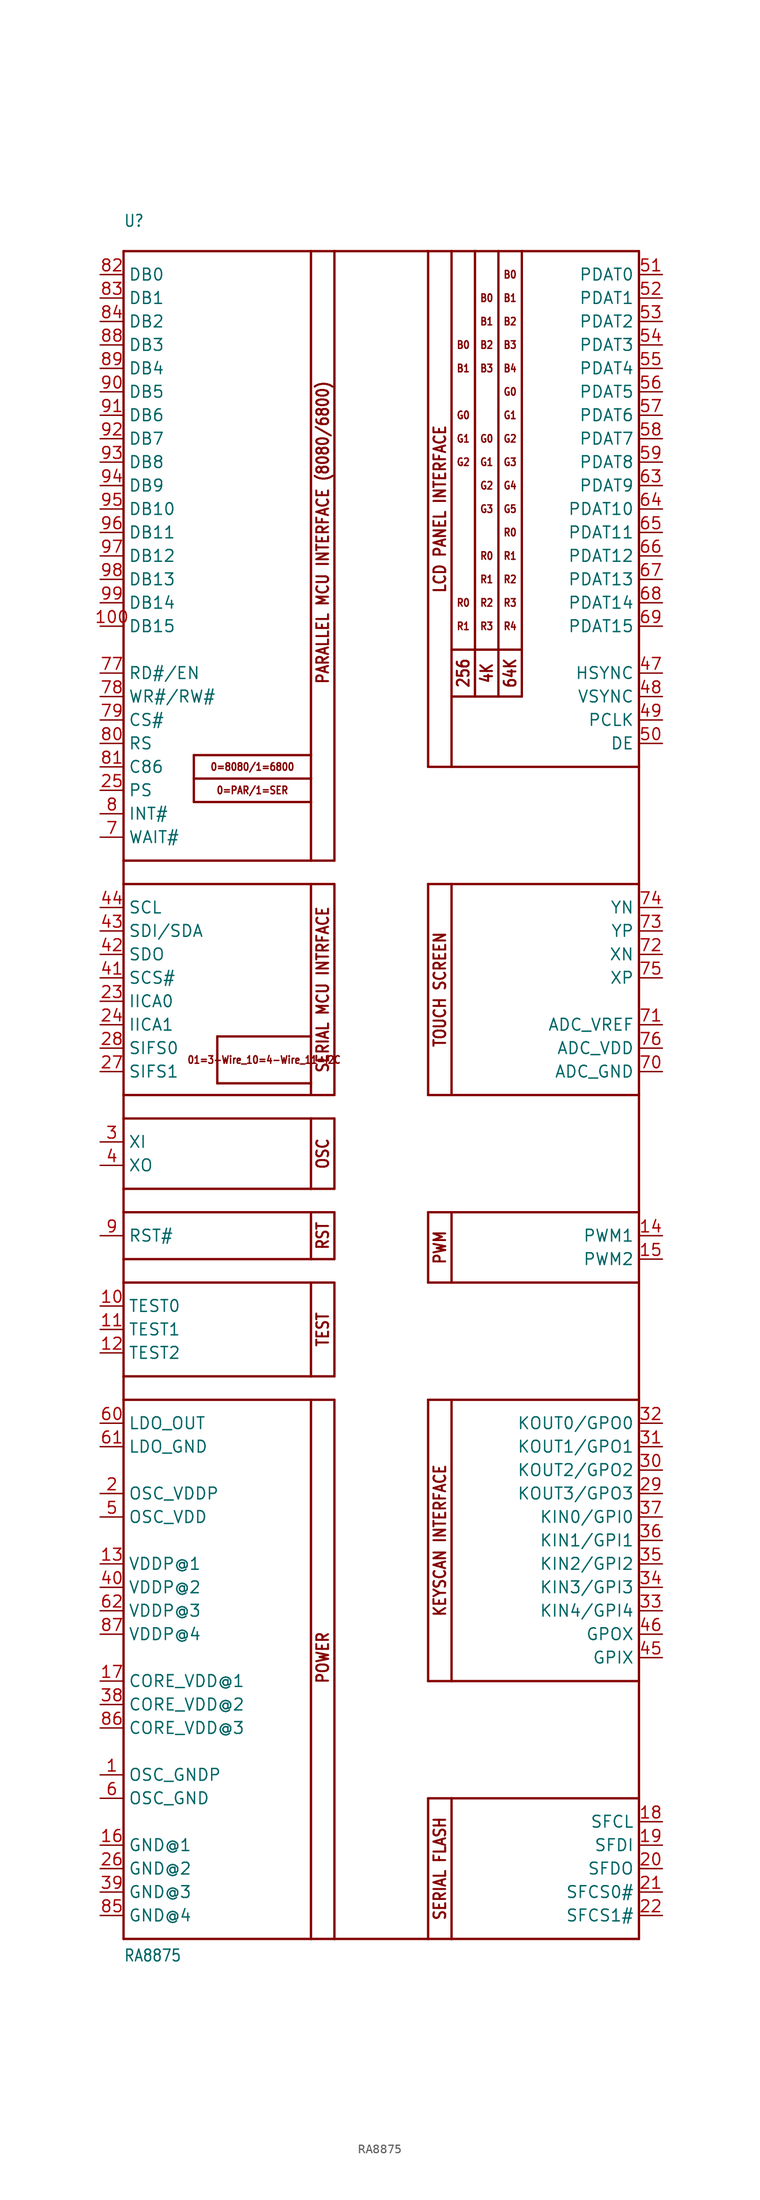
<source format=kicad_sym>
(kicad_symbol_lib
  (version 20211014)
  (generator kicad_symbol_editor)
  (symbol "RA8875"
    (property "Reference" "U"
      (at -27.94 91.44 0)
      (effects (font (size 1.27 1.079)) (justify left bottom)))
    (property "Value" "RA8875"
      (at -27.94 -96.52 0)
      (effects (font (size 1.27 1.079)) (justify left bottom)))
    (property "ki_locked" ""
      (at 0 0 0)
      (effects (font (size 1.27 1.27))))
    (symbol "RA8875_1_0"
      (polyline (pts (xy -27.94 -93.98) (xy -27.94 -35.56)) (stroke (width 0.254) (type default) (color 0 0 0 0)) (fill (type none)))
      (polyline (pts (xy -27.94 -35.56) (xy -27.94 -33.02)) (stroke (width 0.254) (type default) (color 0 0 0 0)) (fill (type none)))
      (polyline (pts (xy -27.94 -35.56) (xy -7.62 -35.56)) (stroke (width 0.254) (type default) (color 0 0 0 0)) (fill (type none)))
      (polyline (pts (xy -27.94 -33.02) (xy -27.94 -22.86)) (stroke (width 0.254) (type default) (color 0 0 0 0)) (fill (type none)))
      (polyline (pts (xy -27.94 -22.86) (xy -27.94 -20.32)) (stroke (width 0.254) (type default) (color 0 0 0 0)) (fill (type none)))
      (polyline (pts (xy -27.94 -22.86) (xy -7.62 -22.86)) (stroke (width 0.254) (type default) (color 0 0 0 0)) (fill (type none)))
      (polyline (pts (xy -27.94 -20.32) (xy -27.94 -15.24)) (stroke (width 0.254) (type default) (color 0 0 0 0)) (fill (type none)))
      (polyline (pts (xy -27.94 -15.24) (xy -27.94 -12.7)) (stroke (width 0.254) (type default) (color 0 0 0 0)) (fill (type none)))
      (polyline (pts (xy -27.94 -15.24) (xy -7.62 -15.24)) (stroke (width 0.254) (type default) (color 0 0 0 0)) (fill (type none)))
      (polyline (pts (xy -27.94 -12.7) (xy -27.94 -5.08)) (stroke (width 0.254) (type default) (color 0 0 0 0)) (fill (type none)))
      (polyline (pts (xy -27.94 -5.08) (xy -27.94 -2.54)) (stroke (width 0.254) (type default) (color 0 0 0 0)) (fill (type none)))
      (polyline (pts (xy -27.94 -5.08) (xy -7.62 -5.08)) (stroke (width 0.254) (type default) (color 0 0 0 0)) (fill (type none)))
      (polyline (pts (xy -27.94 -2.54) (xy -27.94 20.32)) (stroke (width 0.254) (type default) (color 0 0 0 0)) (fill (type none)))
      (polyline (pts (xy -27.94 20.32) (xy -27.94 22.86)) (stroke (width 0.254) (type default) (color 0 0 0 0)) (fill (type none)))
      (polyline (pts (xy -27.94 20.32) (xy -7.62 20.32)) (stroke (width 0.254) (type default) (color 0 0 0 0)) (fill (type none)))
      (polyline (pts (xy -27.94 22.86) (xy -27.94 88.9)) (stroke (width 0.254) (type default) (color 0 0 0 0)) (fill (type none)))
      (polyline (pts (xy -27.94 88.9) (xy -7.62 88.9)) (stroke (width 0.254) (type default) (color 0 0 0 0)) (fill (type none)))
      (polyline (pts (xy -20.32 29.21) (xy -20.32 31.75)) (stroke (width 0.254) (type default) (color 0 0 0 0)) (fill (type none)))
      (polyline (pts (xy -20.32 31.75) (xy -7.62 31.75)) (stroke (width 0.254) (type default) (color 0 0 0 0)) (fill (type none)))
      (polyline (pts (xy -20.32 34.29) (xy -20.32 31.75)) (stroke (width 0.254) (type default) (color 0 0 0 0)) (fill (type none)))
      (polyline (pts (xy -17.78 -1.27) (xy -7.62 -1.27)) (stroke (width 0.254) (type default) (color 0 0 0 0)) (fill (type none)))
      (polyline (pts (xy -17.78 3.81) (xy -17.78 -1.27)) (stroke (width 0.254) (type default) (color 0 0 0 0)) (fill (type none)))
      (polyline (pts (xy -7.62 -93.98) (xy -27.94 -93.98)) (stroke (width 0.254) (type default) (color 0 0 0 0)) (fill (type none)))
      (polyline (pts (xy -7.62 -35.56) (xy -7.62 -93.98)) (stroke (width 0.254) (type default) (color 0 0 0 0)) (fill (type none)))
      (polyline (pts (xy -7.62 -35.56) (xy -5.08 -35.56)) (stroke (width 0.254) (type default) (color 0 0 0 0)) (fill (type none)))
      (polyline (pts (xy -7.62 -33.02) (xy -27.94 -33.02)) (stroke (width 0.254) (type default) (color 0 0 0 0)) (fill (type none)))
      (polyline (pts (xy -7.62 -22.86) (xy -7.62 -33.02)) (stroke (width 0.254) (type default) (color 0 0 0 0)) (fill (type none)))
      (polyline (pts (xy -7.62 -22.86) (xy -5.08 -22.86)) (stroke (width 0.254) (type default) (color 0 0 0 0)) (fill (type none)))
      (polyline (pts (xy -7.62 -20.32) (xy -27.94 -20.32)) (stroke (width 0.254) (type default) (color 0 0 0 0)) (fill (type none)))
      (polyline (pts (xy -7.62 -15.24) (xy -7.62 -20.32)) (stroke (width 0.254) (type default) (color 0 0 0 0)) (fill (type none)))
      (polyline (pts (xy -7.62 -15.24) (xy -5.08 -15.24)) (stroke (width 0.254) (type default) (color 0 0 0 0)) (fill (type none)))
      (polyline (pts (xy -7.62 -12.7) (xy -27.94 -12.7)) (stroke (width 0.254) (type default) (color 0 0 0 0)) (fill (type none)))
      (polyline (pts (xy -7.62 -5.08) (xy -7.62 -12.7)) (stroke (width 0.254) (type default) (color 0 0 0 0)) (fill (type none)))
      (polyline (pts (xy -7.62 -5.08) (xy -5.08 -5.08)) (stroke (width 0.254) (type default) (color 0 0 0 0)) (fill (type none)))
      (polyline (pts (xy -7.62 -2.54) (xy -27.94 -2.54)) (stroke (width 0.254) (type default) (color 0 0 0 0)) (fill (type none)))
      (polyline (pts (xy -7.62 -1.27) (xy -7.62 -2.54)) (stroke (width 0.254) (type default) (color 0 0 0 0)) (fill (type none)))
      (polyline (pts (xy -7.62 3.81) (xy -17.78 3.81)) (stroke (width 0.254) (type default) (color 0 0 0 0)) (fill (type none)))
      (polyline (pts (xy -7.62 3.81) (xy -7.62 -1.27)) (stroke (width 0.254) (type default) (color 0 0 0 0)) (fill (type none)))
      (polyline (pts (xy -7.62 20.32) (xy -7.62 3.81)) (stroke (width 0.254) (type default) (color 0 0 0 0)) (fill (type none)))
      (polyline (pts (xy -7.62 20.32) (xy -5.08 20.32)) (stroke (width 0.254) (type default) (color 0 0 0 0)) (fill (type none)))
      (polyline (pts (xy -7.62 22.86) (xy -27.94 22.86)) (stroke (width 0.254) (type default) (color 0 0 0 0)) (fill (type none)))
      (polyline (pts (xy -7.62 29.21) (xy -20.32 29.21)) (stroke (width 0.254) (type default) (color 0 0 0 0)) (fill (type none)))
      (polyline (pts (xy -7.62 29.21) (xy -7.62 22.86)) (stroke (width 0.254) (type default) (color 0 0 0 0)) (fill (type none)))
      (polyline (pts (xy -7.62 31.75) (xy -7.62 29.21)) (stroke (width 0.254) (type default) (color 0 0 0 0)) (fill (type none)))
      (polyline (pts (xy -7.62 34.29) (xy -20.32 34.29)) (stroke (width 0.254) (type default) (color 0 0 0 0)) (fill (type none)))
      (polyline (pts (xy -7.62 34.29) (xy -7.62 31.75)) (stroke (width 0.254) (type default) (color 0 0 0 0)) (fill (type none)))
      (polyline (pts (xy -7.62 88.9) (xy -7.62 34.29)) (stroke (width 0.254) (type default) (color 0 0 0 0)) (fill (type none)))
      (polyline (pts (xy -7.62 88.9) (xy -5.08 88.9)) (stroke (width 0.254) (type default) (color 0 0 0 0)) (fill (type none)))
      (polyline (pts (xy -5.08 -93.98) (xy -7.62 -93.98)) (stroke (width 0.254) (type default) (color 0 0 0 0)) (fill (type none)))
      (polyline (pts (xy -5.08 -93.98) (xy 5.08 -93.98)) (stroke (width 0.254) (type default) (color 0 0 0 0)) (fill (type none)))
      (polyline (pts (xy -5.08 -35.56) (xy -5.08 -93.98)) (stroke (width 0.254) (type default) (color 0 0 0 0)) (fill (type none)))
      (polyline (pts (xy -5.08 -33.02) (xy -7.62 -33.02)) (stroke (width 0.254) (type default) (color 0 0 0 0)) (fill (type none)))
      (polyline (pts (xy -5.08 -30.48) (xy -5.08 -33.02)) (stroke (width 0.254) (type default) (color 0 0 0 0)) (fill (type none)))
      (polyline (pts (xy -5.08 -22.86) (xy -5.08 -30.48)) (stroke (width 0.254) (type default) (color 0 0 0 0)) (fill (type none)))
      (polyline (pts (xy -5.08 -20.32) (xy -7.62 -20.32)) (stroke (width 0.254) (type default) (color 0 0 0 0)) (fill (type none)))
      (polyline (pts (xy -5.08 -15.24) (xy -5.08 -20.32)) (stroke (width 0.254) (type default) (color 0 0 0 0)) (fill (type none)))
      (polyline (pts (xy -5.08 -12.7) (xy -7.62 -12.7)) (stroke (width 0.254) (type default) (color 0 0 0 0)) (fill (type none)))
      (polyline (pts (xy -5.08 -5.08) (xy -5.08 -12.7)) (stroke (width 0.254) (type default) (color 0 0 0 0)) (fill (type none)))
      (polyline (pts (xy -5.08 -2.54) (xy -7.62 -2.54)) (stroke (width 0.254) (type default) (color 0 0 0 0)) (fill (type none)))
      (polyline (pts (xy -5.08 20.32) (xy -5.08 -2.54)) (stroke (width 0.254) (type default) (color 0 0 0 0)) (fill (type none)))
      (polyline (pts (xy -5.08 22.86) (xy -7.62 22.86)) (stroke (width 0.254) (type default) (color 0 0 0 0)) (fill (type none)))
      (polyline (pts (xy -5.08 88.9) (xy -5.08 22.86)) (stroke (width 0.254) (type default) (color 0 0 0 0)) (fill (type none)))
      (polyline (pts (xy -5.08 88.9) (xy 5.08 88.9)) (stroke (width 0.254) (type default) (color 0 0 0 0)) (fill (type none)))
      (polyline (pts (xy 5.08 -93.98) (xy 5.08 -78.74)) (stroke (width 0.254) (type default) (color 0 0 0 0)) (fill (type none)))
      (polyline (pts (xy 5.08 -78.74) (xy 7.62 -78.74)) (stroke (width 0.254) (type default) (color 0 0 0 0)) (fill (type none)))
      (polyline (pts (xy 5.08 -66.04) (xy 5.08 -35.56)) (stroke (width 0.254) (type default) (color 0 0 0 0)) (fill (type none)))
      (polyline (pts (xy 5.08 -35.56) (xy 7.62 -35.56)) (stroke (width 0.254) (type default) (color 0 0 0 0)) (fill (type none)))
      (polyline (pts (xy 5.08 -22.86) (xy 5.08 -15.24)) (stroke (width 0.254) (type default) (color 0 0 0 0)) (fill (type none)))
      (polyline (pts (xy 5.08 -15.24) (xy 7.62 -15.24)) (stroke (width 0.254) (type default) (color 0 0 0 0)) (fill (type none)))
      (polyline (pts (xy 5.08 -2.54) (xy 7.62 -2.54)) (stroke (width 0.254) (type default) (color 0 0 0 0)) (fill (type none)))
      (polyline (pts (xy 5.08 20.32) (xy 5.08 -2.54)) (stroke (width 0.254) (type default) (color 0 0 0 0)) (fill (type none)))
      (polyline (pts (xy 5.08 33.02) (xy 7.62 33.02)) (stroke (width 0.254) (type default) (color 0 0 0 0)) (fill (type none)))
      (polyline (pts (xy 5.08 88.9) (xy 5.08 33.02)) (stroke (width 0.254) (type default) (color 0 0 0 0)) (fill (type none)))
      (polyline (pts (xy 7.62 -93.98) (xy 5.08 -93.98)) (stroke (width 0.254) (type default) (color 0 0 0 0)) (fill (type none)))
      (polyline (pts (xy 7.62 -93.98) (xy 7.62 -78.74)) (stroke (width 0.254) (type default) (color 0 0 0 0)) (fill (type none)))
      (polyline (pts (xy 7.62 -78.74) (xy 27.94 -78.74)) (stroke (width 0.254) (type default) (color 0 0 0 0)) (fill (type none)))
      (polyline (pts (xy 7.62 -66.04) (xy 5.08 -66.04)) (stroke (width 0.254) (type default) (color 0 0 0 0)) (fill (type none)))
      (polyline (pts (xy 7.62 -35.56) (xy 7.62 -66.04)) (stroke (width 0.254) (type default) (color 0 0 0 0)) (fill (type none)))
      (polyline (pts (xy 7.62 -35.56) (xy 27.94 -35.56)) (stroke (width 0.254) (type default) (color 0 0 0 0)) (fill (type none)))
      (polyline (pts (xy 7.62 -22.86) (xy 5.08 -22.86)) (stroke (width 0.254) (type default) (color 0 0 0 0)) (fill (type none)))
      (polyline (pts (xy 7.62 -15.24) (xy 7.62 -22.86)) (stroke (width 0.254) (type default) (color 0 0 0 0)) (fill (type none)))
      (polyline (pts (xy 7.62 -15.24) (xy 27.94 -15.24)) (stroke (width 0.254) (type default) (color 0 0 0 0)) (fill (type none)))
      (polyline (pts (xy 7.62 -2.54) (xy 27.94 -2.54)) (stroke (width 0.254) (type default) (color 0 0 0 0)) (fill (type none)))
      (polyline (pts (xy 7.62 20.32) (xy 5.08 20.32)) (stroke (width 0.254) (type default) (color 0 0 0 0)) (fill (type none)))
      (polyline (pts (xy 7.62 20.32) (xy 7.62 -2.54)) (stroke (width 0.254) (type default) (color 0 0 0 0)) (fill (type none)))
      (polyline (pts (xy 7.62 33.02) (xy 7.62 40.64)) (stroke (width 0.254) (type default) (color 0 0 0 0)) (fill (type none)))
      (polyline (pts (xy 7.62 40.64) (xy 7.62 45.72)) (stroke (width 0.254) (type default) (color 0 0 0 0)) (fill (type none)))
      (polyline (pts (xy 7.62 40.64) (xy 10.16 40.64)) (stroke (width 0.254) (type default) (color 0 0 0 0)) (fill (type none)))
      (polyline (pts (xy 7.62 45.72) (xy 10.16 45.72)) (stroke (width 0.254) (type default) (color 0 0 0 0)) (fill (type none)))
      (polyline (pts (xy 7.62 88.9) (xy 5.08 88.9)) (stroke (width 0.254) (type default) (color 0 0 0 0)) (fill (type none)))
      (polyline (pts (xy 7.62 88.9) (xy 7.62 45.72)) (stroke (width 0.254) (type default) (color 0 0 0 0)) (fill (type none)))
      (polyline (pts (xy 10.16 40.64) (xy 12.7 40.64)) (stroke (width 0.254) (type default) (color 0 0 0 0)) (fill (type none)))
      (polyline (pts (xy 10.16 45.72) (xy 10.16 40.64)) (stroke (width 0.254) (type default) (color 0 0 0 0)) (fill (type none)))
      (polyline (pts (xy 10.16 45.72) (xy 10.16 88.9)) (stroke (width 0.254) (type default) (color 0 0 0 0)) (fill (type none)))
      (polyline (pts (xy 10.16 88.9) (xy 7.62 88.9)) (stroke (width 0.254) (type default) (color 0 0 0 0)) (fill (type none)))
      (polyline (pts (xy 10.16 88.9) (xy 12.7 88.9)) (stroke (width 0.254) (type default) (color 0 0 0 0)) (fill (type none)))
      (polyline (pts (xy 12.7 40.64) (xy 15.24 40.64)) (stroke (width 0.254) (type default) (color 0 0 0 0)) (fill (type none)))
      (polyline (pts (xy 12.7 45.72) (xy 10.16 45.72)) (stroke (width 0.254) (type default) (color 0 0 0 0)) (fill (type none)))
      (polyline (pts (xy 12.7 45.72) (xy 12.7 40.64)) (stroke (width 0.254) (type default) (color 0 0 0 0)) (fill (type none)))
      (polyline (pts (xy 12.7 45.72) (xy 15.24 45.72)) (stroke (width 0.254) (type default) (color 0 0 0 0)) (fill (type none)))
      (polyline (pts (xy 12.7 88.9) (xy 12.7 45.72)) (stroke (width 0.254) (type default) (color 0 0 0 0)) (fill (type none)))
      (polyline (pts (xy 15.24 40.64) (xy 15.24 45.72)) (stroke (width 0.254) (type default) (color 0 0 0 0)) (fill (type none)))
      (polyline (pts (xy 15.24 45.72) (xy 15.24 88.9)) (stroke (width 0.254) (type default) (color 0 0 0 0)) (fill (type none)))
      (polyline (pts (xy 15.24 88.9) (xy 12.7 88.9)) (stroke (width 0.254) (type default) (color 0 0 0 0)) (fill (type none)))
      (polyline (pts (xy 15.24 88.9) (xy 27.94 88.9)) (stroke (width 0.254) (type default) (color 0 0 0 0)) (fill (type none)))
      (polyline (pts (xy 27.94 -93.98) (xy 7.62 -93.98)) (stroke (width 0.254) (type default) (color 0 0 0 0)) (fill (type none)))
      (polyline (pts (xy 27.94 -78.74) (xy 27.94 -93.98)) (stroke (width 0.254) (type default) (color 0 0 0 0)) (fill (type none)))
      (polyline (pts (xy 27.94 -66.04) (xy 7.62 -66.04)) (stroke (width 0.254) (type default) (color 0 0 0 0)) (fill (type none)))
      (polyline (pts (xy 27.94 -66.04) (xy 27.94 -78.74)) (stroke (width 0.254) (type default) (color 0 0 0 0)) (fill (type none)))
      (polyline (pts (xy 27.94 -35.56) (xy 27.94 -66.04)) (stroke (width 0.254) (type default) (color 0 0 0 0)) (fill (type none)))
      (polyline (pts (xy 27.94 -22.86) (xy 7.62 -22.86)) (stroke (width 0.254) (type default) (color 0 0 0 0)) (fill (type none)))
      (polyline (pts (xy 27.94 -22.86) (xy 27.94 -35.56)) (stroke (width 0.254) (type default) (color 0 0 0 0)) (fill (type none)))
      (polyline (pts (xy 27.94 -15.24) (xy 27.94 -22.86)) (stroke (width 0.254) (type default) (color 0 0 0 0)) (fill (type none)))
      (polyline (pts (xy 27.94 -2.54) (xy 27.94 -15.24)) (stroke (width 0.254) (type default) (color 0 0 0 0)) (fill (type none)))
      (polyline (pts (xy 27.94 -2.54) (xy 27.94 20.32)) (stroke (width 0.254) (type default) (color 0 0 0 0)) (fill (type none)))
      (polyline (pts (xy 27.94 20.32) (xy 7.62 20.32)) (stroke (width 0.254) (type default) (color 0 0 0 0)) (fill (type none)))
      (polyline (pts (xy 27.94 33.02) (xy 7.62 33.02)) (stroke (width 0.254) (type default) (color 0 0 0 0)) (fill (type none)))
      (polyline (pts (xy 27.94 33.02) (xy 27.94 20.32)) (stroke (width 0.254) (type default) (color 0 0 0 0)) (fill (type none)))
      (polyline (pts (xy 27.94 45.72) (xy 27.94 33.02)) (stroke (width 0.254) (type default) (color 0 0 0 0)) (fill (type none)))
      (polyline (pts (xy 27.94 88.9) (xy 27.94 45.72)) (stroke (width 0.254) (type default) (color 0 0 0 0)) (fill (type none)))
      (text "01=3-Wire_10=4-Wire_11=I2C" (at -12.7 1.27 0) (effects (font (size 0.813 0.691))))
      (text "0=8080/1=6800" (at -13.97 33.02 0) (effects (font (size 0.813 0.691))))
      (text "0=PAR/1=SER" (at -13.97 30.48 0) (effects (font (size 0.813 0.691))))
      (text "256" (at 8.89 43.18 900) (effects (font (size 1.27 1.079) (thickness 0.216) bold)))
      (text "4K" (at 11.43 43.18 900) (effects (font (size 1.27 1.079) (thickness 0.216) bold)))
      (text "64K" (at 13.97 43.18 900) (effects (font (size 1.27 1.079) (thickness 0.216) bold)))
      (text "B0" (at 8.89 78.74 0) (effects (font (size 0.813 0.691))))
      (text "B0" (at 11.43 83.82 0) (effects (font (size 0.813 0.691))))
      (text "B0" (at 13.97 86.36 0) (effects (font (size 0.813 0.691))))
      (text "B1" (at 8.89 76.2 0) (effects (font (size 0.813 0.691))))
      (text "B1" (at 11.43 81.28 0) (effects (font (size 0.813 0.691))))
      (text "B1" (at 13.97 83.82 0) (effects (font (size 0.813 0.691))))
      (text "B2" (at 11.43 78.74 0) (effects (font (size 0.813 0.691))))
      (text "B2" (at 13.97 81.28 0) (effects (font (size 0.813 0.691))))
      (text "B3" (at 11.43 76.2 0) (effects (font (size 0.813 0.691))))
      (text "B3" (at 13.97 78.74 0) (effects (font (size 0.813 0.691))))
      (text "B4" (at 13.97 76.2 0) (effects (font (size 0.813 0.691))))
      (text "G0" (at 8.89 71.12 0) (effects (font (size 0.813 0.691))))
      (text "G0" (at 11.43 68.58 0) (effects (font (size 0.813 0.691))))
      (text "G0" (at 13.97 73.66 0) (effects (font (size 0.813 0.691))))
      (text "G1" (at 8.89 68.58 0) (effects (font (size 0.813 0.691))))
      (text "G1" (at 11.43 66.04 0) (effects (font (size 0.813 0.691))))
      (text "G1" (at 13.97 71.12 0) (effects (font (size 0.813 0.691))))
      (text "G2" (at 8.89 66.04 0) (effects (font (size 0.813 0.691))))
      (text "G2" (at 11.43 63.5 0) (effects (font (size 0.813 0.691))))
      (text "G2" (at 13.97 68.58 0) (effects (font (size 0.813 0.691))))
      (text "G3" (at 11.43 60.96 0) (effects (font (size 0.813 0.691))))
      (text "G3" (at 13.97 66.04 0) (effects (font (size 0.813 0.691))))
      (text "G4" (at 13.97 63.5 0) (effects (font (size 0.813 0.691))))
      (text "G5" (at 13.97 60.96 0) (effects (font (size 0.813 0.691))))
      (text "KEYSCAN INTERFACE" (at 6.35 -50.8 900) (effects (font (size 1.27 1.079) (thickness 0.216) bold)))
      (text "LCD PANEL INTERFACE" (at 6.35 60.96 900) (effects (font (size 1.27 1.079) (thickness 0.216) bold)))
      (text "OSC" (at -6.35 -8.89 900) (effects (font (size 1.27 1.079) (thickness 0.216) bold)))
      (text "PARALLEL MCU INTERFACE (8080/6800)" (at -6.35 58.42 900) (effects (font (size 1.27 1.079) (thickness 0.216) bold)))
      (text "POWER" (at -6.35 -63.5 900) (effects (font (size 1.27 1.079) (thickness 0.216) bold)))
      (text "PWM" (at 6.35 -19.05 900) (effects (font (size 1.27 1.079) (thickness 0.216) bold)))
      (text "R0" (at 8.89 50.8 0) (effects (font (size 0.813 0.691))))
      (text "R0" (at 11.43 55.88 0) (effects (font (size 0.813 0.691))))
      (text "R0" (at 13.97 58.42 0) (effects (font (size 0.813 0.691))))
      (text "R1" (at 8.89 48.26 0) (effects (font (size 0.813 0.691))))
      (text "R1" (at 11.43 53.34 0) (effects (font (size 0.813 0.691))))
      (text "R1" (at 13.97 55.88 0) (effects (font (size 0.813 0.691))))
      (text "R2" (at 11.43 50.8 0) (effects (font (size 0.813 0.691))))
      (text "R2" (at 13.97 53.34 0) (effects (font (size 0.813 0.691))))
      (text "R3" (at 11.43 48.26 0) (effects (font (size 0.813 0.691))))
      (text "R3" (at 13.97 50.8 0) (effects (font (size 0.813 0.691))))
      (text "R4" (at 13.97 48.26 0) (effects (font (size 0.813 0.691))))
      (text "RST" (at -6.35 -17.78 900) (effects (font (size 1.27 1.079) (thickness 0.216) bold)))
      (text "SERIAL FLASH" (at 6.35 -86.36 900) (effects (font (size 1.27 1.079) (thickness 0.216) bold)))
      (text "SERIAL MCU INTRFACE" (at -6.35 8.89 900) (effects (font (size 1.27 1.079) (thickness 0.216) bold)))
      (text "TEST" (at -6.35 -27.94 900) (effects (font (size 1.27 1.079) (thickness 0.216) bold)))
      (text "TOUCH SCREEN" (at 6.35 8.89 900) (effects (font (size 1.27 1.079) (thickness 0.216) bold)))
      (pin power_in line (at -30.48 -76.2 0) (length 2.54) (name "OSC_GNDP" (effects (font (size 1.27 1.27)))) (number "1" (effects (font (size 1.27 1.27)))))
      (pin input line (at -30.48 -25.4 0) (length 2.54) (name "TEST0" (effects (font (size 1.27 1.27)))) (number "10" (effects (font (size 1.27 1.27)))))
      (pin bidirectional line (at -30.48 48.26 0) (length 2.54) (name "DB15" (effects (font (size 1.27 1.27)))) (number "100" (effects (font (size 1.27 1.27)))))
      (pin input line (at -30.48 -27.94 0) (length 2.54) (name "TEST1" (effects (font (size 1.27 1.27)))) (number "11" (effects (font (size 1.27 1.27)))))
      (pin input line (at -30.48 -30.48 0) (length 2.54) (name "TEST2" (effects (font (size 1.27 1.27)))) (number "12" (effects (font (size 1.27 1.27)))))
      (pin power_in line (at -30.48 -53.34 0) (length 2.54) (name "VDDP@1" (effects (font (size 1.27 1.27)))) (number "13" (effects (font (size 1.27 1.27)))))
      (pin output line (at 30.48 -17.78 180) (length 2.54) (name "PWM1" (effects (font (size 1.27 1.27)))) (number "14" (effects (font (size 1.27 1.27)))))
      (pin output line (at 30.48 -20.32 180) (length 2.54) (name "PWM2" (effects (font (size 1.27 1.27)))) (number "15" (effects (font (size 1.27 1.27)))))
      (pin power_in line (at -30.48 -83.82 0) (length 2.54) (name "GND@1" (effects (font (size 1.27 1.27)))) (number "16" (effects (font (size 1.27 1.27)))))
      (pin power_in line (at -30.48 -66.04 0) (length 2.54) (name "CORE_VDD@1" (effects (font (size 1.27 1.27)))) (number "17" (effects (font (size 1.27 1.27)))))
      (pin output line (at 30.48 -81.28 180) (length 2.54) (name "SFCL" (effects (font (size 1.27 1.27)))) (number "18" (effects (font (size 1.27 1.27)))))
      (pin bidirectional line (at 30.48 -83.82 180) (length 2.54) (name "SFDI" (effects (font (size 1.27 1.27)))) (number "19" (effects (font (size 1.27 1.27)))))
      (pin power_in line (at -30.48 -45.72 0) (length 2.54) (name "OSC_VDDP" (effects (font (size 1.27 1.27)))) (number "2" (effects (font (size 1.27 1.27)))))
      (pin bidirectional line (at 30.48 -86.36 180) (length 2.54) (name "SFDO" (effects (font (size 1.27 1.27)))) (number "20" (effects (font (size 1.27 1.27)))))
      (pin output line (at 30.48 -88.9 180) (length 2.54) (name "SFCS0#" (effects (font (size 1.27 1.27)))) (number "21" (effects (font (size 1.27 1.27)))))
      (pin output line (at 30.48 -91.44 180) (length 2.54) (name "SFCS1#" (effects (font (size 1.27 1.27)))) (number "22" (effects (font (size 1.27 1.27)))))
      (pin input line (at -30.48 7.62 0) (length 2.54) (name "IICA0" (effects (font (size 1.27 1.27)))) (number "23" (effects (font (size 1.27 1.27)))))
      (pin input line (at -30.48 5.08 0) (length 2.54) (name "IICA1" (effects (font (size 1.27 1.27)))) (number "24" (effects (font (size 1.27 1.27)))))
      (pin input line (at -30.48 30.48 0) (length 2.54) (name "PS" (effects (font (size 1.27 1.27)))) (number "25" (effects (font (size 1.27 1.27)))))
      (pin power_in line (at -30.48 -86.36 0) (length 2.54) (name "GND@2" (effects (font (size 1.27 1.27)))) (number "26" (effects (font (size 1.27 1.27)))))
      (pin input line (at -30.48 0 0) (length 2.54) (name "SIFS1" (effects (font (size 1.27 1.27)))) (number "27" (effects (font (size 1.27 1.27)))))
      (pin input line (at -30.48 2.54 0) (length 2.54) (name "SIFS0" (effects (font (size 1.27 1.27)))) (number "28" (effects (font (size 1.27 1.27)))))
      (pin output line (at 30.48 -45.72 180) (length 2.54) (name "KOUT3/GPO3" (effects (font (size 1.27 1.27)))) (number "29" (effects (font (size 1.27 1.27)))))
      (pin input line (at -30.48 -7.62 0) (length 2.54) (name "XI" (effects (font (size 1.27 1.27)))) (number "3" (effects (font (size 1.27 1.27)))))
      (pin output line (at 30.48 -43.18 180) (length 2.54) (name "KOUT2/GPO2" (effects (font (size 1.27 1.27)))) (number "30" (effects (font (size 1.27 1.27)))))
      (pin output line (at 30.48 -40.64 180) (length 2.54) (name "KOUT1/GPO1" (effects (font (size 1.27 1.27)))) (number "31" (effects (font (size 1.27 1.27)))))
      (pin output line (at 30.48 -38.1 180) (length 2.54) (name "KOUT0/GPO0" (effects (font (size 1.27 1.27)))) (number "32" (effects (font (size 1.27 1.27)))))
      (pin input line (at 30.48 -58.42 180) (length 2.54) (name "KIN4/GPI4" (effects (font (size 1.27 1.27)))) (number "33" (effects (font (size 1.27 1.27)))))
      (pin input line (at 30.48 -55.88 180) (length 2.54) (name "KIN3/GPI3" (effects (font (size 1.27 1.27)))) (number "34" (effects (font (size 1.27 1.27)))))
      (pin input line (at 30.48 -53.34 180) (length 2.54) (name "KIN2/GPI2" (effects (font (size 1.27 1.27)))) (number "35" (effects (font (size 1.27 1.27)))))
      (pin input line (at 30.48 -50.8 180) (length 2.54) (name "KIN1/GPI1" (effects (font (size 1.27 1.27)))) (number "36" (effects (font (size 1.27 1.27)))))
      (pin input line (at 30.48 -48.26 180) (length 2.54) (name "KIN0/GPI0" (effects (font (size 1.27 1.27)))) (number "37" (effects (font (size 1.27 1.27)))))
      (pin power_in line (at -30.48 -68.58 0) (length 2.54) (name "CORE_VDD@2" (effects (font (size 1.27 1.27)))) (number "38" (effects (font (size 1.27 1.27)))))
      (pin power_in line (at -30.48 -88.9 0) (length 2.54) (name "GND@3" (effects (font (size 1.27 1.27)))) (number "39" (effects (font (size 1.27 1.27)))))
      (pin output line (at -30.48 -10.16 0) (length 2.54) (name "XO" (effects (font (size 1.27 1.27)))) (number "4" (effects (font (size 1.27 1.27)))))
      (pin power_in line (at -30.48 -55.88 0) (length 2.54) (name "VDDP@2" (effects (font (size 1.27 1.27)))) (number "40" (effects (font (size 1.27 1.27)))))
      (pin output line (at -30.48 10.16 0) (length 2.54) (name "SCS#" (effects (font (size 1.27 1.27)))) (number "41" (effects (font (size 1.27 1.27)))))
      (pin output line (at -30.48 12.7 0) (length 2.54) (name "SDO" (effects (font (size 1.27 1.27)))) (number "42" (effects (font (size 1.27 1.27)))))
      (pin bidirectional line (at -30.48 15.24 0) (length 2.54) (name "SDI/SDA" (effects (font (size 1.27 1.27)))) (number "43" (effects (font (size 1.27 1.27)))))
      (pin output line (at -30.48 17.78 0) (length 2.54) (name "SCL" (effects (font (size 1.27 1.27)))) (number "44" (effects (font (size 1.27 1.27)))))
      (pin input line (at 30.48 -63.5 180) (length 2.54) (name "GPIX" (effects (font (size 1.27 1.27)))) (number "45" (effects (font (size 1.27 1.27)))))
      (pin output line (at 30.48 -60.96 180) (length 2.54) (name "GPOX" (effects (font (size 1.27 1.27)))) (number "46" (effects (font (size 1.27 1.27)))))
      (pin output line (at 30.48 43.18 180) (length 2.54) (name "HSYNC" (effects (font (size 1.27 1.27)))) (number "47" (effects (font (size 1.27 1.27)))))
      (pin output line (at 30.48 40.64 180) (length 2.54) (name "VSYNC" (effects (font (size 1.27 1.27)))) (number "48" (effects (font (size 1.27 1.27)))))
      (pin output line (at 30.48 38.1 180) (length 2.54) (name "PCLK" (effects (font (size 1.27 1.27)))) (number "49" (effects (font (size 1.27 1.27)))))
      (pin power_in line (at -30.48 -48.26 0) (length 2.54) (name "OSC_VDD" (effects (font (size 1.27 1.27)))) (number "5" (effects (font (size 1.27 1.27)))))
      (pin output line (at 30.48 35.56 180) (length 2.54) (name "DE" (effects (font (size 1.27 1.27)))) (number "50" (effects (font (size 1.27 1.27)))))
      (pin output line (at 30.48 86.36 180) (length 2.54) (name "PDAT0" (effects (font (size 1.27 1.27)))) (number "51" (effects (font (size 1.27 1.27)))))
      (pin output line (at 30.48 83.82 180) (length 2.54) (name "PDAT1" (effects (font (size 1.27 1.27)))) (number "52" (effects (font (size 1.27 1.27)))))
      (pin output line (at 30.48 81.28 180) (length 2.54) (name "PDAT2" (effects (font (size 1.27 1.27)))) (number "53" (effects (font (size 1.27 1.27)))))
      (pin output line (at 30.48 78.74 180) (length 2.54) (name "PDAT3" (effects (font (size 1.27 1.27)))) (number "54" (effects (font (size 1.27 1.27)))))
      (pin output line (at 30.48 76.2 180) (length 2.54) (name "PDAT4" (effects (font (size 1.27 1.27)))) (number "55" (effects (font (size 1.27 1.27)))))
      (pin output line (at 30.48 73.66 180) (length 2.54) (name "PDAT5" (effects (font (size 1.27 1.27)))) (number "56" (effects (font (size 1.27 1.27)))))
      (pin output line (at 30.48 71.12 180) (length 2.54) (name "PDAT6" (effects (font (size 1.27 1.27)))) (number "57" (effects (font (size 1.27 1.27)))))
      (pin output line (at 30.48 68.58 180) (length 2.54) (name "PDAT7" (effects (font (size 1.27 1.27)))) (number "58" (effects (font (size 1.27 1.27)))))
      (pin output line (at 30.48 66.04 180) (length 2.54) (name "PDAT8" (effects (font (size 1.27 1.27)))) (number "59" (effects (font (size 1.27 1.27)))))
      (pin power_in line (at -30.48 -78.74 0) (length 2.54) (name "OSC_GND" (effects (font (size 1.27 1.27)))) (number "6" (effects (font (size 1.27 1.27)))))
      (pin power_in line (at -30.48 -38.1 0) (length 2.54) (name "LDO_OUT" (effects (font (size 1.27 1.27)))) (number "60" (effects (font (size 1.27 1.27)))))
      (pin power_in line (at -30.48 -40.64 0) (length 2.54) (name "LDO_GND" (effects (font (size 1.27 1.27)))) (number "61" (effects (font (size 1.27 1.27)))))
      (pin power_in line (at -30.48 -58.42 0) (length 2.54) (name "VDDP@3" (effects (font (size 1.27 1.27)))) (number "62" (effects (font (size 1.27 1.27)))))
      (pin output line (at 30.48 63.5 180) (length 2.54) (name "PDAT9" (effects (font (size 1.27 1.27)))) (number "63" (effects (font (size 1.27 1.27)))))
      (pin output line (at 30.48 60.96 180) (length 2.54) (name "PDAT10" (effects (font (size 1.27 1.27)))) (number "64" (effects (font (size 1.27 1.27)))))
      (pin output line (at 30.48 58.42 180) (length 2.54) (name "PDAT11" (effects (font (size 1.27 1.27)))) (number "65" (effects (font (size 1.27 1.27)))))
      (pin output line (at 30.48 55.88 180) (length 2.54) (name "PDAT12" (effects (font (size 1.27 1.27)))) (number "66" (effects (font (size 1.27 1.27)))))
      (pin output line (at 30.48 53.34 180) (length 2.54) (name "PDAT13" (effects (font (size 1.27 1.27)))) (number "67" (effects (font (size 1.27 1.27)))))
      (pin output line (at 30.48 50.8 180) (length 2.54) (name "PDAT14" (effects (font (size 1.27 1.27)))) (number "68" (effects (font (size 1.27 1.27)))))
      (pin output line (at 30.48 48.26 180) (length 2.54) (name "PDAT15" (effects (font (size 1.27 1.27)))) (number "69" (effects (font (size 1.27 1.27)))))
      (pin output line (at -30.48 25.4 0) (length 2.54) (name "WAIT#" (effects (font (size 1.27 1.27)))) (number "7" (effects (font (size 1.27 1.27)))))
      (pin power_in line (at 30.48 0 180) (length 2.54) (name "ADC_GND" (effects (font (size 1.27 1.27)))) (number "70" (effects (font (size 1.27 1.27)))))
      (pin input line (at 30.48 5.08 180) (length 2.54) (name "ADC_VREF" (effects (font (size 1.27 1.27)))) (number "71" (effects (font (size 1.27 1.27)))))
      (pin bidirectional line (at 30.48 12.7 180) (length 2.54) (name "XN" (effects (font (size 1.27 1.27)))) (number "72" (effects (font (size 1.27 1.27)))))
      (pin bidirectional line (at 30.48 15.24 180) (length 2.54) (name "YP" (effects (font (size 1.27 1.27)))) (number "73" (effects (font (size 1.27 1.27)))))
      (pin bidirectional line (at 30.48 17.78 180) (length 2.54) (name "YN" (effects (font (size 1.27 1.27)))) (number "74" (effects (font (size 1.27 1.27)))))
      (pin bidirectional line (at 30.48 10.16 180) (length 2.54) (name "XP" (effects (font (size 1.27 1.27)))) (number "75" (effects (font (size 1.27 1.27)))))
      (pin power_in line (at 30.48 2.54 180) (length 2.54) (name "ADC_VDD" (effects (font (size 1.27 1.27)))) (number "76" (effects (font (size 1.27 1.27)))))
      (pin input line (at -30.48 43.18 0) (length 2.54) (name "RD#/EN" (effects (font (size 1.27 1.27)))) (number "77" (effects (font (size 1.27 1.27)))))
      (pin input line (at -30.48 40.64 0) (length 2.54) (name "WR#/RW#" (effects (font (size 1.27 1.27)))) (number "78" (effects (font (size 1.27 1.27)))))
      (pin input line (at -30.48 38.1 0) (length 2.54) (name "CS#" (effects (font (size 1.27 1.27)))) (number "79" (effects (font (size 1.27 1.27)))))
      (pin output line (at -30.48 27.94 0) (length 2.54) (name "INT#" (effects (font (size 1.27 1.27)))) (number "8" (effects (font (size 1.27 1.27)))))
      (pin input line (at -30.48 35.56 0) (length 2.54) (name "RS" (effects (font (size 1.27 1.27)))) (number "80" (effects (font (size 1.27 1.27)))))
      (pin input line (at -30.48 33.02 0) (length 2.54) (name "C86" (effects (font (size 1.27 1.27)))) (number "81" (effects (font (size 1.27 1.27)))))
      (pin bidirectional line (at -30.48 86.36 0) (length 2.54) (name "DB0" (effects (font (size 1.27 1.27)))) (number "82" (effects (font (size 1.27 1.27)))))
      (pin bidirectional line (at -30.48 83.82 0) (length 2.54) (name "DB1" (effects (font (size 1.27 1.27)))) (number "83" (effects (font (size 1.27 1.27)))))
      (pin bidirectional line (at -30.48 81.28 0) (length 2.54) (name "DB2" (effects (font (size 1.27 1.27)))) (number "84" (effects (font (size 1.27 1.27)))))
      (pin power_in line (at -30.48 -91.44 0) (length 2.54) (name "GND@4" (effects (font (size 1.27 1.27)))) (number "85" (effects (font (size 1.27 1.27)))))
      (pin power_in line (at -30.48 -71.12 0) (length 2.54) (name "CORE_VDD@3" (effects (font (size 1.27 1.27)))) (number "86" (effects (font (size 1.27 1.27)))))
      (pin power_in line (at -30.48 -60.96 0) (length 2.54) (name "VDDP@4" (effects (font (size 1.27 1.27)))) (number "87" (effects (font (size 1.27 1.27)))))
      (pin bidirectional line (at -30.48 78.74 0) (length 2.54) (name "DB3" (effects (font (size 1.27 1.27)))) (number "88" (effects (font (size 1.27 1.27)))))
      (pin bidirectional line (at -30.48 76.2 0) (length 2.54) (name "DB4" (effects (font (size 1.27 1.27)))) (number "89" (effects (font (size 1.27 1.27)))))
      (pin input line (at -30.48 -17.78 0) (length 2.54) (name "RST#" (effects (font (size 1.27 1.27)))) (number "9" (effects (font (size 1.27 1.27)))))
      (pin bidirectional line (at -30.48 73.66 0) (length 2.54) (name "DB5" (effects (font (size 1.27 1.27)))) (number "90" (effects (font (size 1.27 1.27)))))
      (pin bidirectional line (at -30.48 71.12 0) (length 2.54) (name "DB6" (effects (font (size 1.27 1.27)))) (number "91" (effects (font (size 1.27 1.27)))))
      (pin bidirectional line (at -30.48 68.58 0) (length 2.54) (name "DB7" (effects (font (size 1.27 1.27)))) (number "92" (effects (font (size 1.27 1.27)))))
      (pin bidirectional line (at -30.48 66.04 0) (length 2.54) (name "DB8" (effects (font (size 1.27 1.27)))) (number "93" (effects (font (size 1.27 1.27)))))
      (pin bidirectional line (at -30.48 63.5 0) (length 2.54) (name "DB9" (effects (font (size 1.27 1.27)))) (number "94" (effects (font (size 1.27 1.27)))))
      (pin bidirectional line (at -30.48 60.96 0) (length 2.54) (name "DB10" (effects (font (size 1.27 1.27)))) (number "95" (effects (font (size 1.27 1.27)))))
      (pin bidirectional line (at -30.48 58.42 0) (length 2.54) (name "DB11" (effects (font (size 1.27 1.27)))) (number "96" (effects (font (size 1.27 1.27)))))
      (pin bidirectional line (at -30.48 55.88 0) (length 2.54) (name "DB12" (effects (font (size 1.27 1.27)))) (number "97" (effects (font (size 1.27 1.27)))))
      (pin bidirectional line (at -30.48 53.34 0) (length 2.54) (name "DB13" (effects (font (size 1.27 1.27)))) (number "98" (effects (font (size 1.27 1.27)))))
      (pin bidirectional line (at -30.48 50.8 0) (length 2.54) (name "DB14" (effects (font (size 1.27 1.27)))) (number "99" (effects (font (size 1.27 1.27))))))))
</source>
